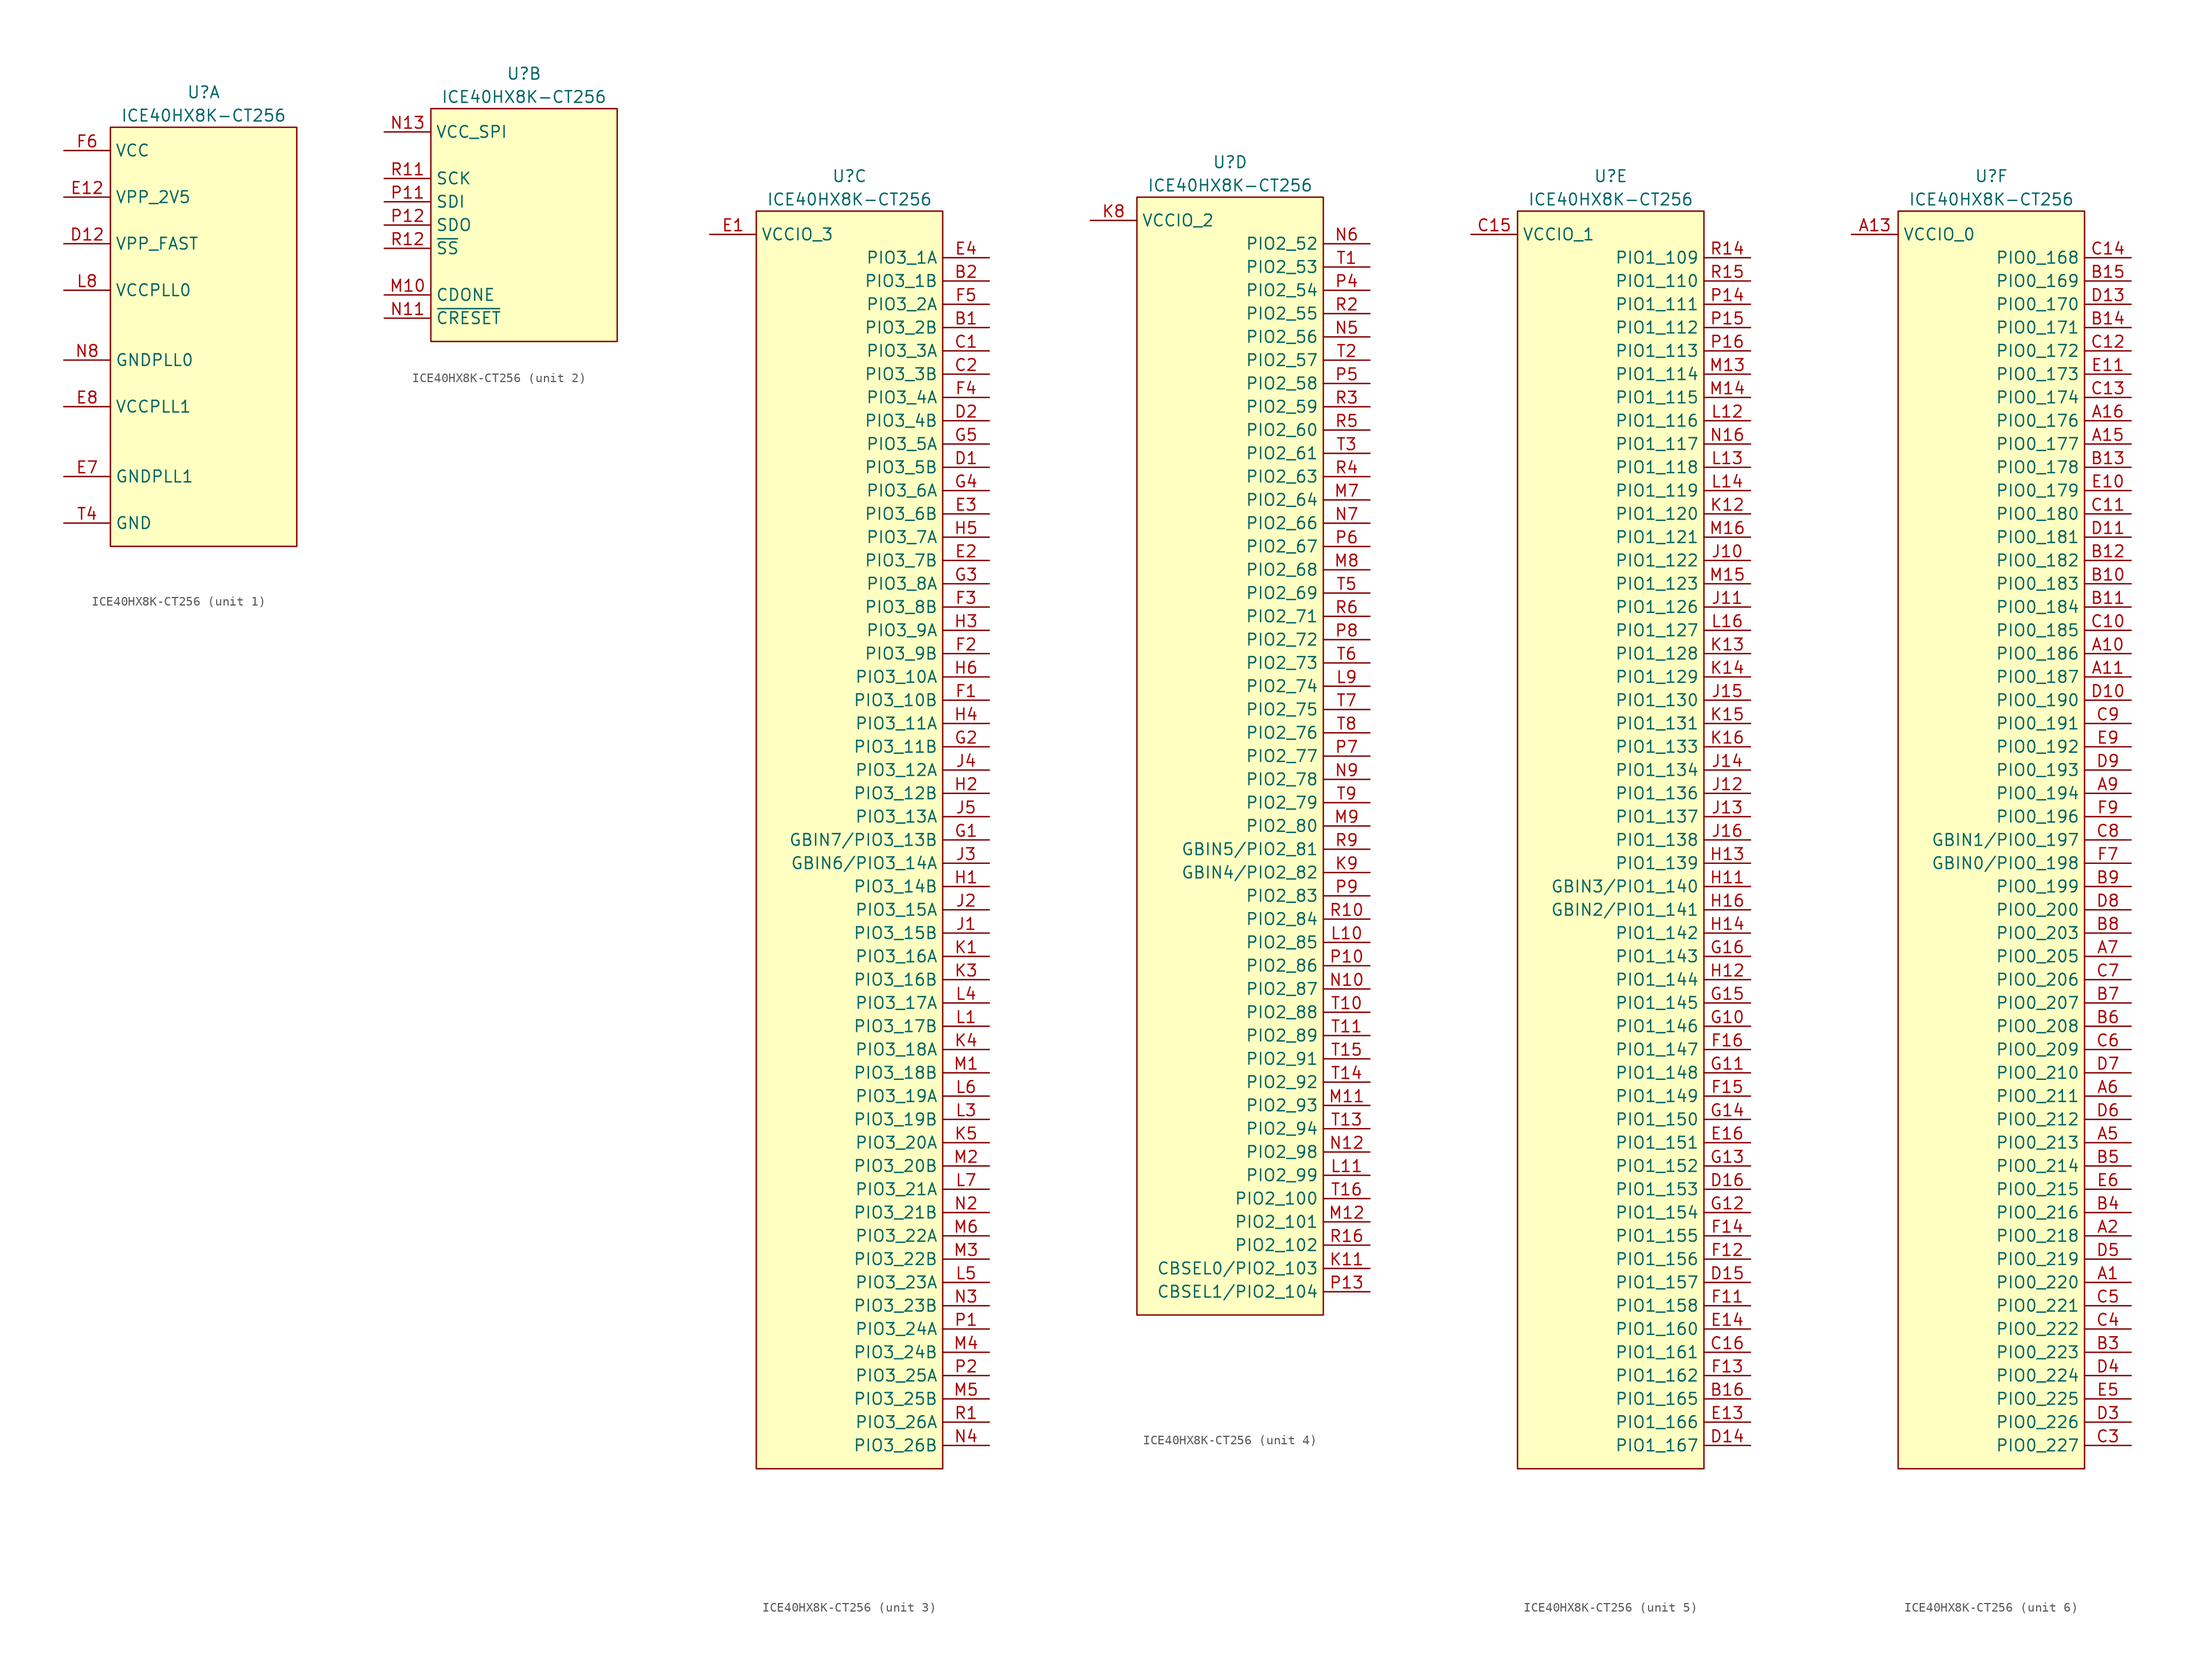
<source format=kicad_sym>
(kicad_symbol_lib
  (version 20211014)
  (generator kicad_symbol_editor)
  (symbol "ICE40HX8K-CT256"
    (property "Reference" "U"
      (at 0 6.35 0)
      (effects (font (size 1.27 1.27))))
    (property "Value" "ICE40HX8K-CT256"
      (at 0 3.81 0)
      (effects (font (size 1.27 1.27))))
    (property "ki_locked" ""
      (at 0 0 0)
      (effects (font (size 1.27 1.27))))
    (symbol "ICE40HX8K-CT256_1_1"
      (rectangle (start -10.16 2.54) (end 10.16 -43.18) (stroke (width 0) (type default) (color 0 0 0 0)) (fill (type background)))
      (pin passive line (at -15.24 -40.64 0) (length 5.08) hide (name "GND" (effects (font (size 1.27 1.27)))) (number "A12" (effects (font (size 1.27 1.27)))))
      (pin passive line (at -15.24 0 0) (length 5.08) hide (name "VCC" (effects (font (size 1.27 1.27)))) (number "A14" (effects (font (size 1.27 1.27)))))
      (pin passive line (at -15.24 -40.64 0) (length 5.08) hide (name "GND" (effects (font (size 1.27 1.27)))) (number "A4" (effects (font (size 1.27 1.27)))))
      (pin power_in line (at -15.24 -10.16 0) (length 5.08) (name "VPP_FAST" (effects (font (size 1.27 1.27)))) (number "D12" (effects (font (size 1.27 1.27)))))
      (pin power_in line (at -15.24 -5.08 0) (length 5.08) (name "VPP_2V5" (effects (font (size 1.27 1.27)))) (number "E12" (effects (font (size 1.27 1.27)))))
      (pin passive line (at -15.24 -40.64 0) (length 5.08) hide (name "GND" (effects (font (size 1.27 1.27)))) (number "E15" (effects (font (size 1.27 1.27)))))
      (pin power_in line (at -15.24 -35.56 0) (length 5.08) (name "GNDPLL1" (effects (font (size 1.27 1.27)))) (number "E7" (effects (font (size 1.27 1.27)))))
      (pin power_in line (at -15.24 -27.94 0) (length 5.08) (name "VCCPLL1" (effects (font (size 1.27 1.27)))) (number "E8" (effects (font (size 1.27 1.27)))))
      (pin passive line (at -15.24 0 0) (length 5.08) hide (name "VCC" (effects (font (size 1.27 1.27)))) (number "F10" (effects (font (size 1.27 1.27)))))
      (pin power_in line (at -15.24 0 0) (length 5.08) (name "VCC" (effects (font (size 1.27 1.27)))) (number "F6" (effects (font (size 1.27 1.27)))))
      (pin passive line (at -15.24 -40.64 0) (length 5.08) hide (name "GND" (effects (font (size 1.27 1.27)))) (number "G7" (effects (font (size 1.27 1.27)))))
      (pin passive line (at -15.24 -40.64 0) (length 5.08) hide (name "GND" (effects (font (size 1.27 1.27)))) (number "G8" (effects (font (size 1.27 1.27)))))
      (pin passive line (at -15.24 -40.64 0) (length 5.08) hide (name "GND" (effects (font (size 1.27 1.27)))) (number "G9" (effects (font (size 1.27 1.27)))))
      (pin passive line (at -15.24 -40.64 0) (length 5.08) hide (name "GND" (effects (font (size 1.27 1.27)))) (number "H7" (effects (font (size 1.27 1.27)))))
      (pin passive line (at -15.24 -40.64 0) (length 5.08) hide (name "GND" (effects (font (size 1.27 1.27)))) (number "H8" (effects (font (size 1.27 1.27)))))
      (pin passive line (at -15.24 -40.64 0) (length 5.08) hide (name "GND" (effects (font (size 1.27 1.27)))) (number "H9" (effects (font (size 1.27 1.27)))))
      (pin passive line (at -15.24 -40.64 0) (length 5.08) hide (name "GND" (effects (font (size 1.27 1.27)))) (number "J7" (effects (font (size 1.27 1.27)))))
      (pin passive line (at -15.24 -40.64 0) (length 5.08) hide (name "GND" (effects (font (size 1.27 1.27)))) (number "J8" (effects (font (size 1.27 1.27)))))
      (pin passive line (at -15.24 -40.64 0) (length 5.08) hide (name "GND" (effects (font (size 1.27 1.27)))) (number "J9" (effects (font (size 1.27 1.27)))))
      (pin passive line (at -15.24 0 0) (length 5.08) hide (name "VCC" (effects (font (size 1.27 1.27)))) (number "K10" (effects (font (size 1.27 1.27)))))
      (pin passive line (at -15.24 -40.64 0) (length 5.08) hide (name "GND" (effects (font (size 1.27 1.27)))) (number "K2" (effects (font (size 1.27 1.27)))))
      (pin passive line (at -15.24 0 0) (length 5.08) hide (name "VCC" (effects (font (size 1.27 1.27)))) (number "K6" (effects (font (size 1.27 1.27)))))
      (pin passive line (at -15.24 -40.64 0) (length 5.08) hide (name "GND" (effects (font (size 1.27 1.27)))) (number "K7" (effects (font (size 1.27 1.27)))))
      (pin passive line (at -15.24 -40.64 0) (length 5.08) hide (name "GND" (effects (font (size 1.27 1.27)))) (number "L15" (effects (font (size 1.27 1.27)))))
      (pin passive line (at -15.24 0 0) (length 5.08) hide (name "VCC" (effects (font (size 1.27 1.27)))) (number "L2" (effects (font (size 1.27 1.27)))))
      (pin power_in line (at -15.24 -15.24 0) (length 5.08) (name "VCCPLL0" (effects (font (size 1.27 1.27)))) (number "L8" (effects (font (size 1.27 1.27)))))
      (pin power_in line (at -15.24 -22.86 0) (length 5.08) (name "GNDPLL0" (effects (font (size 1.27 1.27)))) (number "N8" (effects (font (size 1.27 1.27)))))
      (pin passive line (at -15.24 -40.64 0) (length 5.08) hide (name "GND" (effects (font (size 1.27 1.27)))) (number "R7" (effects (font (size 1.27 1.27)))))
      (pin passive line (at -15.24 -40.64 0) (length 5.08) hide (name "GND" (effects (font (size 1.27 1.27)))) (number "T12" (effects (font (size 1.27 1.27)))))
      (pin power_in line (at -15.24 -40.64 0) (length 5.08) (name "GND" (effects (font (size 1.27 1.27)))) (number "T4" (effects (font (size 1.27 1.27))))))
    (symbol "ICE40HX8K-CT256_2_1"
      (rectangle (start -10.16 2.54) (end 10.16 -22.86) (stroke (width 0) (type default) (color 0 0 0 0)) (fill (type background)))
      (pin output line (at -15.24 -17.78 0) (length 5.08) (name "CDONE" (effects (font (size 1.27 1.27)))) (number "M10" (effects (font (size 1.27 1.27)))))
      (pin input line (at -15.24 -20.32 0) (length 5.08) (name "~{CRESET}" (effects (font (size 1.27 1.27)))) (number "N11" (effects (font (size 1.27 1.27)))))
      (pin power_in line (at -15.24 0 0) (length 5.08) (name "VCC_SPI" (effects (font (size 1.27 1.27)))) (number "N13" (effects (font (size 1.27 1.27)))))
      (pin bidirectional line (at -15.24 -7.62 0) (length 5.08) (name "SDI" (effects (font (size 1.27 1.27)))) (number "P11" (effects (font (size 1.27 1.27)))))
      (pin bidirectional line (at -15.24 -10.16 0) (length 5.08) (name "SDO" (effects (font (size 1.27 1.27)))) (number "P12" (effects (font (size 1.27 1.27)))))
      (pin bidirectional line (at -15.24 -5.08 0) (length 5.08) (name "SCK" (effects (font (size 1.27 1.27)))) (number "R11" (effects (font (size 1.27 1.27)))))
      (pin bidirectional line (at -15.24 -12.7 0) (length 5.08) (name "~{SS}" (effects (font (size 1.27 1.27)))) (number "R12" (effects (font (size 1.27 1.27))))))
    (symbol "ICE40HX8K-CT256_3_1"
      (rectangle (start -10.16 2.54) (end 10.16 -134.62) (stroke (width 0) (type default) (color 0 0 0 0)) (fill (type background)))
      (pin tri_state line (at 15.24 -10.16 180) (length 5.08) (name "PIO3_2B" (effects (font (size 1.27 1.27)))) (number "B1" (effects (font (size 1.27 1.27)))))
      (pin tri_state line (at 15.24 -5.08 180) (length 5.08) (name "PIO3_1B" (effects (font (size 1.27 1.27)))) (number "B2" (effects (font (size 1.27 1.27)))))
      (pin tri_state line (at 15.24 -12.7 180) (length 5.08) (name "PIO3_3A" (effects (font (size 1.27 1.27)))) (number "C1" (effects (font (size 1.27 1.27)))))
      (pin tri_state line (at 15.24 -15.24 180) (length 5.08) (name "PIO3_3B" (effects (font (size 1.27 1.27)))) (number "C2" (effects (font (size 1.27 1.27)))))
      (pin tri_state line (at 15.24 -25.4 180) (length 5.08) (name "PIO3_5B" (effects (font (size 1.27 1.27)))) (number "D1" (effects (font (size 1.27 1.27)))))
      (pin tri_state line (at 15.24 -20.32 180) (length 5.08) (name "PIO3_4B" (effects (font (size 1.27 1.27)))) (number "D2" (effects (font (size 1.27 1.27)))))
      (pin power_in line (at -15.24 0 0) (length 5.08) (name "VCCIO_3" (effects (font (size 1.27 1.27)))) (number "E1" (effects (font (size 1.27 1.27)))))
      (pin tri_state line (at 15.24 -35.56 180) (length 5.08) (name "PIO3_7B" (effects (font (size 1.27 1.27)))) (number "E2" (effects (font (size 1.27 1.27)))))
      (pin tri_state line (at 15.24 -30.48 180) (length 5.08) (name "PIO3_6B" (effects (font (size 1.27 1.27)))) (number "E3" (effects (font (size 1.27 1.27)))))
      (pin tri_state line (at 15.24 -2.54 180) (length 5.08) (name "PIO3_1A" (effects (font (size 1.27 1.27)))) (number "E4" (effects (font (size 1.27 1.27)))))
      (pin tri_state line (at 15.24 -50.8 180) (length 5.08) (name "PIO3_10B" (effects (font (size 1.27 1.27)))) (number "F1" (effects (font (size 1.27 1.27)))))
      (pin tri_state line (at 15.24 -45.72 180) (length 5.08) (name "PIO3_9B" (effects (font (size 1.27 1.27)))) (number "F2" (effects (font (size 1.27 1.27)))))
      (pin tri_state line (at 15.24 -40.64 180) (length 5.08) (name "PIO3_8B" (effects (font (size 1.27 1.27)))) (number "F3" (effects (font (size 1.27 1.27)))))
      (pin tri_state line (at 15.24 -17.78 180) (length 5.08) (name "PIO3_4A" (effects (font (size 1.27 1.27)))) (number "F4" (effects (font (size 1.27 1.27)))))
      (pin tri_state line (at 15.24 -7.62 180) (length 5.08) (name "PIO3_2A" (effects (font (size 1.27 1.27)))) (number "F5" (effects (font (size 1.27 1.27)))))
      (pin tri_state line (at 15.24 -66.04 180) (length 5.08) (name "GBIN7/PIO3_13B" (effects (font (size 1.27 1.27)))) (number "G1" (effects (font (size 1.27 1.27)))))
      (pin tri_state line (at 15.24 -55.88 180) (length 5.08) (name "PIO3_11B" (effects (font (size 1.27 1.27)))) (number "G2" (effects (font (size 1.27 1.27)))))
      (pin tri_state line (at 15.24 -38.1 180) (length 5.08) (name "PIO3_8A" (effects (font (size 1.27 1.27)))) (number "G3" (effects (font (size 1.27 1.27)))))
      (pin tri_state line (at 15.24 -27.94 180) (length 5.08) (name "PIO3_6A" (effects (font (size 1.27 1.27)))) (number "G4" (effects (font (size 1.27 1.27)))))
      (pin tri_state line (at 15.24 -22.86 180) (length 5.08) (name "PIO3_5A" (effects (font (size 1.27 1.27)))) (number "G5" (effects (font (size 1.27 1.27)))))
      (pin passive line (at -15.24 0 0) (length 5.08) hide (name "VCCIO_3" (effects (font (size 1.27 1.27)))) (number "G6" (effects (font (size 1.27 1.27)))))
      (pin tri_state line (at 15.24 -71.12 180) (length 5.08) (name "PIO3_14B" (effects (font (size 1.27 1.27)))) (number "H1" (effects (font (size 1.27 1.27)))))
      (pin tri_state line (at 15.24 -60.96 180) (length 5.08) (name "PIO3_12B" (effects (font (size 1.27 1.27)))) (number "H2" (effects (font (size 1.27 1.27)))))
      (pin tri_state line (at 15.24 -43.18 180) (length 5.08) (name "PIO3_9A" (effects (font (size 1.27 1.27)))) (number "H3" (effects (font (size 1.27 1.27)))))
      (pin tri_state line (at 15.24 -53.34 180) (length 5.08) (name "PIO3_11A" (effects (font (size 1.27 1.27)))) (number "H4" (effects (font (size 1.27 1.27)))))
      (pin tri_state line (at 15.24 -33.02 180) (length 5.08) (name "PIO3_7A" (effects (font (size 1.27 1.27)))) (number "H5" (effects (font (size 1.27 1.27)))))
      (pin tri_state line (at 15.24 -48.26 180) (length 5.08) (name "PIO3_10A" (effects (font (size 1.27 1.27)))) (number "H6" (effects (font (size 1.27 1.27)))))
      (pin tri_state line (at 15.24 -76.2 180) (length 5.08) (name "PIO3_15B" (effects (font (size 1.27 1.27)))) (number "J1" (effects (font (size 1.27 1.27)))))
      (pin tri_state line (at 15.24 -73.66 180) (length 5.08) (name "PIO3_15A" (effects (font (size 1.27 1.27)))) (number "J2" (effects (font (size 1.27 1.27)))))
      (pin tri_state line (at 15.24 -68.58 180) (length 5.08) (name "GBIN6/PIO3_14A" (effects (font (size 1.27 1.27)))) (number "J3" (effects (font (size 1.27 1.27)))))
      (pin tri_state line (at 15.24 -58.42 180) (length 5.08) (name "PIO3_12A" (effects (font (size 1.27 1.27)))) (number "J4" (effects (font (size 1.27 1.27)))))
      (pin tri_state line (at 15.24 -63.5 180) (length 5.08) (name "PIO3_13A" (effects (font (size 1.27 1.27)))) (number "J5" (effects (font (size 1.27 1.27)))))
      (pin passive line (at -15.24 0 0) (length 5.08) hide (name "VCCIO_3" (effects (font (size 1.27 1.27)))) (number "J6" (effects (font (size 1.27 1.27)))))
      (pin tri_state line (at 15.24 -78.74 180) (length 5.08) (name "PIO3_16A" (effects (font (size 1.27 1.27)))) (number "K1" (effects (font (size 1.27 1.27)))))
      (pin tri_state line (at 15.24 -81.28 180) (length 5.08) (name "PIO3_16B" (effects (font (size 1.27 1.27)))) (number "K3" (effects (font (size 1.27 1.27)))))
      (pin tri_state line (at 15.24 -88.9 180) (length 5.08) (name "PIO3_18A" (effects (font (size 1.27 1.27)))) (number "K4" (effects (font (size 1.27 1.27)))))
      (pin tri_state line (at 15.24 -99.06 180) (length 5.08) (name "PIO3_20A" (effects (font (size 1.27 1.27)))) (number "K5" (effects (font (size 1.27 1.27)))))
      (pin tri_state line (at 15.24 -86.36 180) (length 5.08) (name "PIO3_17B" (effects (font (size 1.27 1.27)))) (number "L1" (effects (font (size 1.27 1.27)))))
      (pin tri_state line (at 15.24 -96.52 180) (length 5.08) (name "PIO3_19B" (effects (font (size 1.27 1.27)))) (number "L3" (effects (font (size 1.27 1.27)))))
      (pin tri_state line (at 15.24 -83.82 180) (length 5.08) (name "PIO3_17A" (effects (font (size 1.27 1.27)))) (number "L4" (effects (font (size 1.27 1.27)))))
      (pin tri_state line (at 15.24 -114.3 180) (length 5.08) (name "PIO3_23A" (effects (font (size 1.27 1.27)))) (number "L5" (effects (font (size 1.27 1.27)))))
      (pin tri_state line (at 15.24 -93.98 180) (length 5.08) (name "PIO3_19A" (effects (font (size 1.27 1.27)))) (number "L6" (effects (font (size 1.27 1.27)))))
      (pin tri_state line (at 15.24 -104.14 180) (length 5.08) (name "PIO3_21A" (effects (font (size 1.27 1.27)))) (number "L7" (effects (font (size 1.27 1.27)))))
      (pin tri_state line (at 15.24 -91.44 180) (length 5.08) (name "PIO3_18B" (effects (font (size 1.27 1.27)))) (number "M1" (effects (font (size 1.27 1.27)))))
      (pin tri_state line (at 15.24 -101.6 180) (length 5.08) (name "PIO3_20B" (effects (font (size 1.27 1.27)))) (number "M2" (effects (font (size 1.27 1.27)))))
      (pin tri_state line (at 15.24 -111.76 180) (length 5.08) (name "PIO3_22B" (effects (font (size 1.27 1.27)))) (number "M3" (effects (font (size 1.27 1.27)))))
      (pin tri_state line (at 15.24 -121.92 180) (length 5.08) (name "PIO3_24B" (effects (font (size 1.27 1.27)))) (number "M4" (effects (font (size 1.27 1.27)))))
      (pin tri_state line (at 15.24 -127 180) (length 5.08) (name "PIO3_25B" (effects (font (size 1.27 1.27)))) (number "M5" (effects (font (size 1.27 1.27)))))
      (pin tri_state line (at 15.24 -109.22 180) (length 5.08) (name "PIO3_22A" (effects (font (size 1.27 1.27)))) (number "M6" (effects (font (size 1.27 1.27)))))
      (pin passive line (at -15.24 0 0) (length 5.08) hide (name "VCCIO_3" (effects (font (size 1.27 1.27)))) (number "N1" (effects (font (size 1.27 1.27)))))
      (pin tri_state line (at 15.24 -106.68 180) (length 5.08) (name "PIO3_21B" (effects (font (size 1.27 1.27)))) (number "N2" (effects (font (size 1.27 1.27)))))
      (pin tri_state line (at 15.24 -116.84 180) (length 5.08) (name "PIO3_23B" (effects (font (size 1.27 1.27)))) (number "N3" (effects (font (size 1.27 1.27)))))
      (pin tri_state line (at 15.24 -132.08 180) (length 5.08) (name "PIO3_26B" (effects (font (size 1.27 1.27)))) (number "N4" (effects (font (size 1.27 1.27)))))
      (pin tri_state line (at 15.24 -119.38 180) (length 5.08) (name "PIO3_24A" (effects (font (size 1.27 1.27)))) (number "P1" (effects (font (size 1.27 1.27)))))
      (pin tri_state line (at 15.24 -124.46 180) (length 5.08) (name "PIO3_25A" (effects (font (size 1.27 1.27)))) (number "P2" (effects (font (size 1.27 1.27)))))
      (pin tri_state line (at 15.24 -129.54 180) (length 5.08) (name "PIO3_26A" (effects (font (size 1.27 1.27)))) (number "R1" (effects (font (size 1.27 1.27))))))
    (symbol "ICE40HX8K-CT256_4_1"
      (rectangle (start -10.16 2.54) (end 10.16 -119.38) (stroke (width 0) (type default) (color 0 0 0 0)) (fill (type background)))
      (pin tri_state line (at 15.24 -114.3 180) (length 5.08) (name "CBSEL0/PIO2_103" (effects (font (size 1.27 1.27)))) (number "K11" (effects (font (size 1.27 1.27)))))
      (pin power_in line (at -15.24 0 0) (length 5.08) (name "VCCIO_2" (effects (font (size 1.27 1.27)))) (number "K8" (effects (font (size 1.27 1.27)))))
      (pin tri_state line (at 15.24 -71.12 180) (length 5.08) (name "GBIN4/PIO2_82" (effects (font (size 1.27 1.27)))) (number "K9" (effects (font (size 1.27 1.27)))))
      (pin tri_state line (at 15.24 -78.74 180) (length 5.08) (name "PIO2_85" (effects (font (size 1.27 1.27)))) (number "L10" (effects (font (size 1.27 1.27)))))
      (pin tri_state line (at 15.24 -104.14 180) (length 5.08) (name "PIO2_99" (effects (font (size 1.27 1.27)))) (number "L11" (effects (font (size 1.27 1.27)))))
      (pin tri_state line (at 15.24 -50.8 180) (length 5.08) (name "PIO2_74" (effects (font (size 1.27 1.27)))) (number "L9" (effects (font (size 1.27 1.27)))))
      (pin tri_state line (at 15.24 -96.52 180) (length 5.08) (name "PIO2_93" (effects (font (size 1.27 1.27)))) (number "M11" (effects (font (size 1.27 1.27)))))
      (pin tri_state line (at 15.24 -109.22 180) (length 5.08) (name "PIO2_101" (effects (font (size 1.27 1.27)))) (number "M12" (effects (font (size 1.27 1.27)))))
      (pin tri_state line (at 15.24 -30.48 180) (length 5.08) (name "PIO2_64" (effects (font (size 1.27 1.27)))) (number "M7" (effects (font (size 1.27 1.27)))))
      (pin tri_state line (at 15.24 -38.1 180) (length 5.08) (name "PIO2_68" (effects (font (size 1.27 1.27)))) (number "M8" (effects (font (size 1.27 1.27)))))
      (pin tri_state line (at 15.24 -66.04 180) (length 5.08) (name "PIO2_80" (effects (font (size 1.27 1.27)))) (number "M9" (effects (font (size 1.27 1.27)))))
      (pin tri_state line (at 15.24 -83.82 180) (length 5.08) (name "PIO2_87" (effects (font (size 1.27 1.27)))) (number "N10" (effects (font (size 1.27 1.27)))))
      (pin tri_state line (at 15.24 -101.6 180) (length 5.08) (name "PIO2_98" (effects (font (size 1.27 1.27)))) (number "N12" (effects (font (size 1.27 1.27)))))
      (pin tri_state line (at 15.24 -12.7 180) (length 5.08) (name "PIO2_56" (effects (font (size 1.27 1.27)))) (number "N5" (effects (font (size 1.27 1.27)))))
      (pin tri_state line (at 15.24 -2.54 180) (length 5.08) (name "PIO2_52" (effects (font (size 1.27 1.27)))) (number "N6" (effects (font (size 1.27 1.27)))))
      (pin tri_state line (at 15.24 -33.02 180) (length 5.08) (name "PIO2_66" (effects (font (size 1.27 1.27)))) (number "N7" (effects (font (size 1.27 1.27)))))
      (pin tri_state line (at 15.24 -60.96 180) (length 5.08) (name "PIO2_78" (effects (font (size 1.27 1.27)))) (number "N9" (effects (font (size 1.27 1.27)))))
      (pin tri_state line (at 15.24 -81.28 180) (length 5.08) (name "PIO2_86" (effects (font (size 1.27 1.27)))) (number "P10" (effects (font (size 1.27 1.27)))))
      (pin tri_state line (at 15.24 -116.84 180) (length 5.08) (name "CBSEL1/PIO2_104" (effects (font (size 1.27 1.27)))) (number "P13" (effects (font (size 1.27 1.27)))))
      (pin passive line (at -15.24 0 0) (length 5.08) hide (name "VCCIO_2" (effects (font (size 1.27 1.27)))) (number "P3" (effects (font (size 1.27 1.27)))))
      (pin tri_state line (at 15.24 -7.62 180) (length 5.08) (name "PIO2_54" (effects (font (size 1.27 1.27)))) (number "P4" (effects (font (size 1.27 1.27)))))
      (pin tri_state line (at 15.24 -17.78 180) (length 5.08) (name "PIO2_58" (effects (font (size 1.27 1.27)))) (number "P5" (effects (font (size 1.27 1.27)))))
      (pin tri_state line (at 15.24 -35.56 180) (length 5.08) (name "PIO2_67" (effects (font (size 1.27 1.27)))) (number "P6" (effects (font (size 1.27 1.27)))))
      (pin tri_state line (at 15.24 -58.42 180) (length 5.08) (name "PIO2_77" (effects (font (size 1.27 1.27)))) (number "P7" (effects (font (size 1.27 1.27)))))
      (pin tri_state line (at 15.24 -45.72 180) (length 5.08) (name "PIO2_72" (effects (font (size 1.27 1.27)))) (number "P8" (effects (font (size 1.27 1.27)))))
      (pin tri_state line (at 15.24 -73.66 180) (length 5.08) (name "PIO2_83" (effects (font (size 1.27 1.27)))) (number "P9" (effects (font (size 1.27 1.27)))))
      (pin tri_state line (at 15.24 -76.2 180) (length 5.08) (name "PIO2_84" (effects (font (size 1.27 1.27)))) (number "R10" (effects (font (size 1.27 1.27)))))
      (pin passive line (at -15.24 0 0) (length 5.08) hide (name "VCCIO_2" (effects (font (size 1.27 1.27)))) (number "R13" (effects (font (size 1.27 1.27)))))
      (pin tri_state line (at 15.24 -111.76 180) (length 5.08) (name "PIO2_102" (effects (font (size 1.27 1.27)))) (number "R16" (effects (font (size 1.27 1.27)))))
      (pin tri_state line (at 15.24 -10.16 180) (length 5.08) (name "PIO2_55" (effects (font (size 1.27 1.27)))) (number "R2" (effects (font (size 1.27 1.27)))))
      (pin tri_state line (at 15.24 -20.32 180) (length 5.08) (name "PIO2_59" (effects (font (size 1.27 1.27)))) (number "R3" (effects (font (size 1.27 1.27)))))
      (pin tri_state line (at 15.24 -27.94 180) (length 5.08) (name "PIO2_63" (effects (font (size 1.27 1.27)))) (number "R4" (effects (font (size 1.27 1.27)))))
      (pin tri_state line (at 15.24 -22.86 180) (length 5.08) (name "PIO2_60" (effects (font (size 1.27 1.27)))) (number "R5" (effects (font (size 1.27 1.27)))))
      (pin tri_state line (at 15.24 -43.18 180) (length 5.08) (name "PIO2_71" (effects (font (size 1.27 1.27)))) (number "R6" (effects (font (size 1.27 1.27)))))
      (pin passive line (at -15.24 0 0) (length 5.08) hide (name "VCCIO_2" (effects (font (size 1.27 1.27)))) (number "R8" (effects (font (size 1.27 1.27)))))
      (pin tri_state line (at 15.24 -68.58 180) (length 5.08) (name "GBIN5/PIO2_81" (effects (font (size 1.27 1.27)))) (number "R9" (effects (font (size 1.27 1.27)))))
      (pin tri_state line (at 15.24 -5.08 180) (length 5.08) (name "PIO2_53" (effects (font (size 1.27 1.27)))) (number "T1" (effects (font (size 1.27 1.27)))))
      (pin tri_state line (at 15.24 -86.36 180) (length 5.08) (name "PIO2_88" (effects (font (size 1.27 1.27)))) (number "T10" (effects (font (size 1.27 1.27)))))
      (pin tri_state line (at 15.24 -88.9 180) (length 5.08) (name "PIO2_89" (effects (font (size 1.27 1.27)))) (number "T11" (effects (font (size 1.27 1.27)))))
      (pin tri_state line (at 15.24 -99.06 180) (length 5.08) (name "PIO2_94" (effects (font (size 1.27 1.27)))) (number "T13" (effects (font (size 1.27 1.27)))))
      (pin tri_state line (at 15.24 -93.98 180) (length 5.08) (name "PIO2_92" (effects (font (size 1.27 1.27)))) (number "T14" (effects (font (size 1.27 1.27)))))
      (pin tri_state line (at 15.24 -91.44 180) (length 5.08) (name "PIO2_91" (effects (font (size 1.27 1.27)))) (number "T15" (effects (font (size 1.27 1.27)))))
      (pin tri_state line (at 15.24 -106.68 180) (length 5.08) (name "PIO2_100" (effects (font (size 1.27 1.27)))) (number "T16" (effects (font (size 1.27 1.27)))))
      (pin tri_state line (at 15.24 -15.24 180) (length 5.08) (name "PIO2_57" (effects (font (size 1.27 1.27)))) (number "T2" (effects (font (size 1.27 1.27)))))
      (pin tri_state line (at 15.24 -25.4 180) (length 5.08) (name "PIO2_61" (effects (font (size 1.27 1.27)))) (number "T3" (effects (font (size 1.27 1.27)))))
      (pin tri_state line (at 15.24 -40.64 180) (length 5.08) (name "PIO2_69" (effects (font (size 1.27 1.27)))) (number "T5" (effects (font (size 1.27 1.27)))))
      (pin tri_state line (at 15.24 -48.26 180) (length 5.08) (name "PIO2_73" (effects (font (size 1.27 1.27)))) (number "T6" (effects (font (size 1.27 1.27)))))
      (pin tri_state line (at 15.24 -53.34 180) (length 5.08) (name "PIO2_75" (effects (font (size 1.27 1.27)))) (number "T7" (effects (font (size 1.27 1.27)))))
      (pin tri_state line (at 15.24 -55.88 180) (length 5.08) (name "PIO2_76" (effects (font (size 1.27 1.27)))) (number "T8" (effects (font (size 1.27 1.27)))))
      (pin tri_state line (at 15.24 -63.5 180) (length 5.08) (name "PIO2_79" (effects (font (size 1.27 1.27)))) (number "T9" (effects (font (size 1.27 1.27))))))
    (symbol "ICE40HX8K-CT256_5_1"
      (rectangle (start -10.16 2.54) (end 10.16 -134.62) (stroke (width 0) (type default) (color 0 0 0 0)) (fill (type background)))
      (pin tri_state line (at 15.24 -127 180) (length 5.08) (name "PIO1_165" (effects (font (size 1.27 1.27)))) (number "B16" (effects (font (size 1.27 1.27)))))
      (pin power_in line (at -15.24 0 0) (length 5.08) (name "VCCIO_1" (effects (font (size 1.27 1.27)))) (number "C15" (effects (font (size 1.27 1.27)))))
      (pin tri_state line (at 15.24 -121.92 180) (length 5.08) (name "PIO1_161" (effects (font (size 1.27 1.27)))) (number "C16" (effects (font (size 1.27 1.27)))))
      (pin tri_state line (at 15.24 -132.08 180) (length 5.08) (name "PIO1_167" (effects (font (size 1.27 1.27)))) (number "D14" (effects (font (size 1.27 1.27)))))
      (pin tri_state line (at 15.24 -114.3 180) (length 5.08) (name "PIO1_157" (effects (font (size 1.27 1.27)))) (number "D15" (effects (font (size 1.27 1.27)))))
      (pin tri_state line (at 15.24 -104.14 180) (length 5.08) (name "PIO1_153" (effects (font (size 1.27 1.27)))) (number "D16" (effects (font (size 1.27 1.27)))))
      (pin tri_state line (at 15.24 -129.54 180) (length 5.08) (name "PIO1_166" (effects (font (size 1.27 1.27)))) (number "E13" (effects (font (size 1.27 1.27)))))
      (pin tri_state line (at 15.24 -119.38 180) (length 5.08) (name "PIO1_160" (effects (font (size 1.27 1.27)))) (number "E14" (effects (font (size 1.27 1.27)))))
      (pin tri_state line (at 15.24 -99.06 180) (length 5.08) (name "PIO1_151" (effects (font (size 1.27 1.27)))) (number "E16" (effects (font (size 1.27 1.27)))))
      (pin tri_state line (at 15.24 -116.84 180) (length 5.08) (name "PIO1_158" (effects (font (size 1.27 1.27)))) (number "F11" (effects (font (size 1.27 1.27)))))
      (pin tri_state line (at 15.24 -111.76 180) (length 5.08) (name "PIO1_156" (effects (font (size 1.27 1.27)))) (number "F12" (effects (font (size 1.27 1.27)))))
      (pin tri_state line (at 15.24 -124.46 180) (length 5.08) (name "PIO1_162" (effects (font (size 1.27 1.27)))) (number "F13" (effects (font (size 1.27 1.27)))))
      (pin tri_state line (at 15.24 -109.22 180) (length 5.08) (name "PIO1_155" (effects (font (size 1.27 1.27)))) (number "F14" (effects (font (size 1.27 1.27)))))
      (pin tri_state line (at 15.24 -93.98 180) (length 5.08) (name "PIO1_149" (effects (font (size 1.27 1.27)))) (number "F15" (effects (font (size 1.27 1.27)))))
      (pin tri_state line (at 15.24 -88.9 180) (length 5.08) (name "PIO1_147" (effects (font (size 1.27 1.27)))) (number "F16" (effects (font (size 1.27 1.27)))))
      (pin tri_state line (at 15.24 -86.36 180) (length 5.08) (name "PIO1_146" (effects (font (size 1.27 1.27)))) (number "G10" (effects (font (size 1.27 1.27)))))
      (pin tri_state line (at 15.24 -91.44 180) (length 5.08) (name "PIO1_148" (effects (font (size 1.27 1.27)))) (number "G11" (effects (font (size 1.27 1.27)))))
      (pin tri_state line (at 15.24 -106.68 180) (length 5.08) (name "PIO1_154" (effects (font (size 1.27 1.27)))) (number "G12" (effects (font (size 1.27 1.27)))))
      (pin tri_state line (at 15.24 -101.6 180) (length 5.08) (name "PIO1_152" (effects (font (size 1.27 1.27)))) (number "G13" (effects (font (size 1.27 1.27)))))
      (pin tri_state line (at 15.24 -96.52 180) (length 5.08) (name "PIO1_150" (effects (font (size 1.27 1.27)))) (number "G14" (effects (font (size 1.27 1.27)))))
      (pin tri_state line (at 15.24 -83.82 180) (length 5.08) (name "PIO1_145" (effects (font (size 1.27 1.27)))) (number "G15" (effects (font (size 1.27 1.27)))))
      (pin tri_state line (at 15.24 -78.74 180) (length 5.08) (name "PIO1_143" (effects (font (size 1.27 1.27)))) (number "G16" (effects (font (size 1.27 1.27)))))
      (pin passive line (at -15.24 0 0) (length 5.08) hide (name "VCCIO_1" (effects (font (size 1.27 1.27)))) (number "H10" (effects (font (size 1.27 1.27)))))
      (pin tri_state line (at 15.24 -71.12 180) (length 5.08) (name "GBIN3/PIO1_140" (effects (font (size 1.27 1.27)))) (number "H11" (effects (font (size 1.27 1.27)))))
      (pin tri_state line (at 15.24 -81.28 180) (length 5.08) (name "PIO1_144" (effects (font (size 1.27 1.27)))) (number "H12" (effects (font (size 1.27 1.27)))))
      (pin tri_state line (at 15.24 -68.58 180) (length 5.08) (name "PIO1_139" (effects (font (size 1.27 1.27)))) (number "H13" (effects (font (size 1.27 1.27)))))
      (pin tri_state line (at 15.24 -76.2 180) (length 5.08) (name "PIO1_142" (effects (font (size 1.27 1.27)))) (number "H14" (effects (font (size 1.27 1.27)))))
      (pin passive line (at -15.24 0 0) (length 5.08) hide (name "VCCIO_1" (effects (font (size 1.27 1.27)))) (number "H15" (effects (font (size 1.27 1.27)))))
      (pin tri_state line (at 15.24 -73.66 180) (length 5.08) (name "GBIN2/PIO1_141" (effects (font (size 1.27 1.27)))) (number "H16" (effects (font (size 1.27 1.27)))))
      (pin tri_state line (at 15.24 -35.56 180) (length 5.08) (name "PIO1_122" (effects (font (size 1.27 1.27)))) (number "J10" (effects (font (size 1.27 1.27)))))
      (pin tri_state line (at 15.24 -40.64 180) (length 5.08) (name "PIO1_126" (effects (font (size 1.27 1.27)))) (number "J11" (effects (font (size 1.27 1.27)))))
      (pin tri_state line (at 15.24 -60.96 180) (length 5.08) (name "PIO1_136" (effects (font (size 1.27 1.27)))) (number "J12" (effects (font (size 1.27 1.27)))))
      (pin tri_state line (at 15.24 -63.5 180) (length 5.08) (name "PIO1_137" (effects (font (size 1.27 1.27)))) (number "J13" (effects (font (size 1.27 1.27)))))
      (pin tri_state line (at 15.24 -58.42 180) (length 5.08) (name "PIO1_134" (effects (font (size 1.27 1.27)))) (number "J14" (effects (font (size 1.27 1.27)))))
      (pin tri_state line (at 15.24 -50.8 180) (length 5.08) (name "PIO1_130" (effects (font (size 1.27 1.27)))) (number "J15" (effects (font (size 1.27 1.27)))))
      (pin tri_state line (at 15.24 -66.04 180) (length 5.08) (name "PIO1_138" (effects (font (size 1.27 1.27)))) (number "J16" (effects (font (size 1.27 1.27)))))
      (pin tri_state line (at 15.24 -30.48 180) (length 5.08) (name "PIO1_120" (effects (font (size 1.27 1.27)))) (number "K12" (effects (font (size 1.27 1.27)))))
      (pin tri_state line (at 15.24 -45.72 180) (length 5.08) (name "PIO1_128" (effects (font (size 1.27 1.27)))) (number "K13" (effects (font (size 1.27 1.27)))))
      (pin tri_state line (at 15.24 -48.26 180) (length 5.08) (name "PIO1_129" (effects (font (size 1.27 1.27)))) (number "K14" (effects (font (size 1.27 1.27)))))
      (pin tri_state line (at 15.24 -53.34 180) (length 5.08) (name "PIO1_131" (effects (font (size 1.27 1.27)))) (number "K15" (effects (font (size 1.27 1.27)))))
      (pin tri_state line (at 15.24 -55.88 180) (length 5.08) (name "PIO1_133" (effects (font (size 1.27 1.27)))) (number "K16" (effects (font (size 1.27 1.27)))))
      (pin tri_state line (at 15.24 -20.32 180) (length 5.08) (name "PIO1_116" (effects (font (size 1.27 1.27)))) (number "L12" (effects (font (size 1.27 1.27)))))
      (pin tri_state line (at 15.24 -25.4 180) (length 5.08) (name "PIO1_118" (effects (font (size 1.27 1.27)))) (number "L13" (effects (font (size 1.27 1.27)))))
      (pin tri_state line (at 15.24 -27.94 180) (length 5.08) (name "PIO1_119" (effects (font (size 1.27 1.27)))) (number "L14" (effects (font (size 1.27 1.27)))))
      (pin tri_state line (at 15.24 -43.18 180) (length 5.08) (name "PIO1_127" (effects (font (size 1.27 1.27)))) (number "L16" (effects (font (size 1.27 1.27)))))
      (pin tri_state line (at 15.24 -15.24 180) (length 5.08) (name "PIO1_114" (effects (font (size 1.27 1.27)))) (number "M13" (effects (font (size 1.27 1.27)))))
      (pin tri_state line (at 15.24 -17.78 180) (length 5.08) (name "PIO1_115" (effects (font (size 1.27 1.27)))) (number "M14" (effects (font (size 1.27 1.27)))))
      (pin tri_state line (at 15.24 -38.1 180) (length 5.08) (name "PIO1_123" (effects (font (size 1.27 1.27)))) (number "M15" (effects (font (size 1.27 1.27)))))
      (pin tri_state line (at 15.24 -33.02 180) (length 5.08) (name "PIO1_121" (effects (font (size 1.27 1.27)))) (number "M16" (effects (font (size 1.27 1.27)))))
      (pin no_connect line (at -10.16 -132.08 0) (length 5.08) hide (name "NC" (effects (font (size 1.27 1.27)))) (number "N14" (effects (font (size 1.27 1.27)))))
      (pin passive line (at -15.24 0 0) (length 5.08) hide (name "VCCIO_1" (effects (font (size 1.27 1.27)))) (number "N15" (effects (font (size 1.27 1.27)))))
      (pin tri_state line (at 15.24 -22.86 180) (length 5.08) (name "PIO1_117" (effects (font (size 1.27 1.27)))) (number "N16" (effects (font (size 1.27 1.27)))))
      (pin tri_state line (at 15.24 -7.62 180) (length 5.08) (name "PIO1_111" (effects (font (size 1.27 1.27)))) (number "P14" (effects (font (size 1.27 1.27)))))
      (pin tri_state line (at 15.24 -10.16 180) (length 5.08) (name "PIO1_112" (effects (font (size 1.27 1.27)))) (number "P15" (effects (font (size 1.27 1.27)))))
      (pin tri_state line (at 15.24 -12.7 180) (length 5.08) (name "PIO1_113" (effects (font (size 1.27 1.27)))) (number "P16" (effects (font (size 1.27 1.27)))))
      (pin tri_state line (at 15.24 -2.54 180) (length 5.08) (name "PIO1_109" (effects (font (size 1.27 1.27)))) (number "R14" (effects (font (size 1.27 1.27)))))
      (pin tri_state line (at 15.24 -5.08 180) (length 5.08) (name "PIO1_110" (effects (font (size 1.27 1.27)))) (number "R15" (effects (font (size 1.27 1.27))))))
    (symbol "ICE40HX8K-CT256_6_1"
      (rectangle (start -10.16 2.54) (end 10.16 -134.62) (stroke (width 0) (type default) (color 0 0 0 0)) (fill (type background)))
      (pin tri_state line (at 15.24 -114.3 180) (length 5.08) (name "PIO0_220" (effects (font (size 1.27 1.27)))) (number "A1" (effects (font (size 1.27 1.27)))))
      (pin tri_state line (at 15.24 -45.72 180) (length 5.08) (name "PIO0_186" (effects (font (size 1.27 1.27)))) (number "A10" (effects (font (size 1.27 1.27)))))
      (pin tri_state line (at 15.24 -48.26 180) (length 5.08) (name "PIO0_187" (effects (font (size 1.27 1.27)))) (number "A11" (effects (font (size 1.27 1.27)))))
      (pin power_in line (at -15.24 0 0) (length 5.08) (name "VCCIO_0" (effects (font (size 1.27 1.27)))) (number "A13" (effects (font (size 1.27 1.27)))))
      (pin tri_state line (at 15.24 -22.86 180) (length 5.08) (name "PIO0_177" (effects (font (size 1.27 1.27)))) (number "A15" (effects (font (size 1.27 1.27)))))
      (pin tri_state line (at 15.24 -20.32 180) (length 5.08) (name "PIO0_176" (effects (font (size 1.27 1.27)))) (number "A16" (effects (font (size 1.27 1.27)))))
      (pin tri_state line (at 15.24 -109.22 180) (length 5.08) (name "PIO0_218" (effects (font (size 1.27 1.27)))) (number "A2" (effects (font (size 1.27 1.27)))))
      (pin passive line (at -15.24 0 0) (length 5.08) hide (name "VCCIO_0" (effects (font (size 1.27 1.27)))) (number "A3" (effects (font (size 1.27 1.27)))))
      (pin tri_state line (at 15.24 -99.06 180) (length 5.08) (name "PIO0_213" (effects (font (size 1.27 1.27)))) (number "A5" (effects (font (size 1.27 1.27)))))
      (pin tri_state line (at 15.24 -93.98 180) (length 5.08) (name "PIO0_211" (effects (font (size 1.27 1.27)))) (number "A6" (effects (font (size 1.27 1.27)))))
      (pin tri_state line (at 15.24 -78.74 180) (length 5.08) (name "PIO0_205" (effects (font (size 1.27 1.27)))) (number "A7" (effects (font (size 1.27 1.27)))))
      (pin passive line (at -15.24 0 0) (length 5.08) hide (name "VCCIO_0" (effects (font (size 1.27 1.27)))) (number "A8" (effects (font (size 1.27 1.27)))))
      (pin tri_state line (at 15.24 -60.96 180) (length 5.08) (name "PIO0_194" (effects (font (size 1.27 1.27)))) (number "A9" (effects (font (size 1.27 1.27)))))
      (pin tri_state line (at 15.24 -38.1 180) (length 5.08) (name "PIO0_183" (effects (font (size 1.27 1.27)))) (number "B10" (effects (font (size 1.27 1.27)))))
      (pin tri_state line (at 15.24 -40.64 180) (length 5.08) (name "PIO0_184" (effects (font (size 1.27 1.27)))) (number "B11" (effects (font (size 1.27 1.27)))))
      (pin tri_state line (at 15.24 -35.56 180) (length 5.08) (name "PIO0_182" (effects (font (size 1.27 1.27)))) (number "B12" (effects (font (size 1.27 1.27)))))
      (pin tri_state line (at 15.24 -25.4 180) (length 5.08) (name "PIO0_178" (effects (font (size 1.27 1.27)))) (number "B13" (effects (font (size 1.27 1.27)))))
      (pin tri_state line (at 15.24 -10.16 180) (length 5.08) (name "PIO0_171" (effects (font (size 1.27 1.27)))) (number "B14" (effects (font (size 1.27 1.27)))))
      (pin tri_state line (at 15.24 -5.08 180) (length 5.08) (name "PIO0_169" (effects (font (size 1.27 1.27)))) (number "B15" (effects (font (size 1.27 1.27)))))
      (pin tri_state line (at 15.24 -121.92 180) (length 5.08) (name "PIO0_223" (effects (font (size 1.27 1.27)))) (number "B3" (effects (font (size 1.27 1.27)))))
      (pin tri_state line (at 15.24 -106.68 180) (length 5.08) (name "PIO0_216" (effects (font (size 1.27 1.27)))) (number "B4" (effects (font (size 1.27 1.27)))))
      (pin tri_state line (at 15.24 -101.6 180) (length 5.08) (name "PIO0_214" (effects (font (size 1.27 1.27)))) (number "B5" (effects (font (size 1.27 1.27)))))
      (pin tri_state line (at 15.24 -86.36 180) (length 5.08) (name "PIO0_208" (effects (font (size 1.27 1.27)))) (number "B6" (effects (font (size 1.27 1.27)))))
      (pin tri_state line (at 15.24 -83.82 180) (length 5.08) (name "PIO0_207" (effects (font (size 1.27 1.27)))) (number "B7" (effects (font (size 1.27 1.27)))))
      (pin tri_state line (at 15.24 -76.2 180) (length 5.08) (name "PIO0_203" (effects (font (size 1.27 1.27)))) (number "B8" (effects (font (size 1.27 1.27)))))
      (pin tri_state line (at 15.24 -71.12 180) (length 5.08) (name "PIO0_199" (effects (font (size 1.27 1.27)))) (number "B9" (effects (font (size 1.27 1.27)))))
      (pin tri_state line (at 15.24 -43.18 180) (length 5.08) (name "PIO0_185" (effects (font (size 1.27 1.27)))) (number "C10" (effects (font (size 1.27 1.27)))))
      (pin tri_state line (at 15.24 -30.48 180) (length 5.08) (name "PIO0_180" (effects (font (size 1.27 1.27)))) (number "C11" (effects (font (size 1.27 1.27)))))
      (pin tri_state line (at 15.24 -12.7 180) (length 5.08) (name "PIO0_172" (effects (font (size 1.27 1.27)))) (number "C12" (effects (font (size 1.27 1.27)))))
      (pin tri_state line (at 15.24 -17.78 180) (length 5.08) (name "PIO0_174" (effects (font (size 1.27 1.27)))) (number "C13" (effects (font (size 1.27 1.27)))))
      (pin tri_state line (at 15.24 -2.54 180) (length 5.08) (name "PIO0_168" (effects (font (size 1.27 1.27)))) (number "C14" (effects (font (size 1.27 1.27)))))
      (pin tri_state line (at 15.24 -132.08 180) (length 5.08) (name "PIO0_227" (effects (font (size 1.27 1.27)))) (number "C3" (effects (font (size 1.27 1.27)))))
      (pin tri_state line (at 15.24 -119.38 180) (length 5.08) (name "PIO0_222" (effects (font (size 1.27 1.27)))) (number "C4" (effects (font (size 1.27 1.27)))))
      (pin tri_state line (at 15.24 -116.84 180) (length 5.08) (name "PIO0_221" (effects (font (size 1.27 1.27)))) (number "C5" (effects (font (size 1.27 1.27)))))
      (pin tri_state line (at 15.24 -88.9 180) (length 5.08) (name "PIO0_209" (effects (font (size 1.27 1.27)))) (number "C6" (effects (font (size 1.27 1.27)))))
      (pin tri_state line (at 15.24 -81.28 180) (length 5.08) (name "PIO0_206" (effects (font (size 1.27 1.27)))) (number "C7" (effects (font (size 1.27 1.27)))))
      (pin tri_state line (at 15.24 -66.04 180) (length 5.08) (name "GBIN1/PIO0_197" (effects (font (size 1.27 1.27)))) (number "C8" (effects (font (size 1.27 1.27)))))
      (pin tri_state line (at 15.24 -53.34 180) (length 5.08) (name "PIO0_191" (effects (font (size 1.27 1.27)))) (number "C9" (effects (font (size 1.27 1.27)))))
      (pin tri_state line (at 15.24 -50.8 180) (length 5.08) (name "PIO0_190" (effects (font (size 1.27 1.27)))) (number "D10" (effects (font (size 1.27 1.27)))))
      (pin tri_state line (at 15.24 -33.02 180) (length 5.08) (name "PIO0_181" (effects (font (size 1.27 1.27)))) (number "D11" (effects (font (size 1.27 1.27)))))
      (pin tri_state line (at 15.24 -7.62 180) (length 5.08) (name "PIO0_170" (effects (font (size 1.27 1.27)))) (number "D13" (effects (font (size 1.27 1.27)))))
      (pin tri_state line (at 15.24 -129.54 180) (length 5.08) (name "PIO0_226" (effects (font (size 1.27 1.27)))) (number "D3" (effects (font (size 1.27 1.27)))))
      (pin tri_state line (at 15.24 -124.46 180) (length 5.08) (name "PIO0_224" (effects (font (size 1.27 1.27)))) (number "D4" (effects (font (size 1.27 1.27)))))
      (pin tri_state line (at 15.24 -111.76 180) (length 5.08) (name "PIO0_219" (effects (font (size 1.27 1.27)))) (number "D5" (effects (font (size 1.27 1.27)))))
      (pin tri_state line (at 15.24 -96.52 180) (length 5.08) (name "PIO0_212" (effects (font (size 1.27 1.27)))) (number "D6" (effects (font (size 1.27 1.27)))))
      (pin tri_state line (at 15.24 -91.44 180) (length 5.08) (name "PIO0_210" (effects (font (size 1.27 1.27)))) (number "D7" (effects (font (size 1.27 1.27)))))
      (pin tri_state line (at 15.24 -73.66 180) (length 5.08) (name "PIO0_200" (effects (font (size 1.27 1.27)))) (number "D8" (effects (font (size 1.27 1.27)))))
      (pin tri_state line (at 15.24 -58.42 180) (length 5.08) (name "PIO0_193" (effects (font (size 1.27 1.27)))) (number "D9" (effects (font (size 1.27 1.27)))))
      (pin tri_state line (at 15.24 -27.94 180) (length 5.08) (name "PIO0_179" (effects (font (size 1.27 1.27)))) (number "E10" (effects (font (size 1.27 1.27)))))
      (pin tri_state line (at 15.24 -15.24 180) (length 5.08) (name "PIO0_173" (effects (font (size 1.27 1.27)))) (number "E11" (effects (font (size 1.27 1.27)))))
      (pin tri_state line (at 15.24 -127 180) (length 5.08) (name "PIO0_225" (effects (font (size 1.27 1.27)))) (number "E5" (effects (font (size 1.27 1.27)))))
      (pin tri_state line (at 15.24 -104.14 180) (length 5.08) (name "PIO0_215" (effects (font (size 1.27 1.27)))) (number "E6" (effects (font (size 1.27 1.27)))))
      (pin tri_state line (at 15.24 -55.88 180) (length 5.08) (name "PIO0_192" (effects (font (size 1.27 1.27)))) (number "E9" (effects (font (size 1.27 1.27)))))
      (pin tri_state line (at 15.24 -68.58 180) (length 5.08) (name "GBIN0/PIO0_198" (effects (font (size 1.27 1.27)))) (number "F7" (effects (font (size 1.27 1.27)))))
      (pin passive line (at -15.24 0 0) (length 5.08) hide (name "VCCIO_0" (effects (font (size 1.27 1.27)))) (number "F8" (effects (font (size 1.27 1.27)))))
      (pin tri_state line (at 15.24 -63.5 180) (length 5.08) (name "PIO0_196" (effects (font (size 1.27 1.27)))) (number "F9" (effects (font (size 1.27 1.27))))))))
</source>
